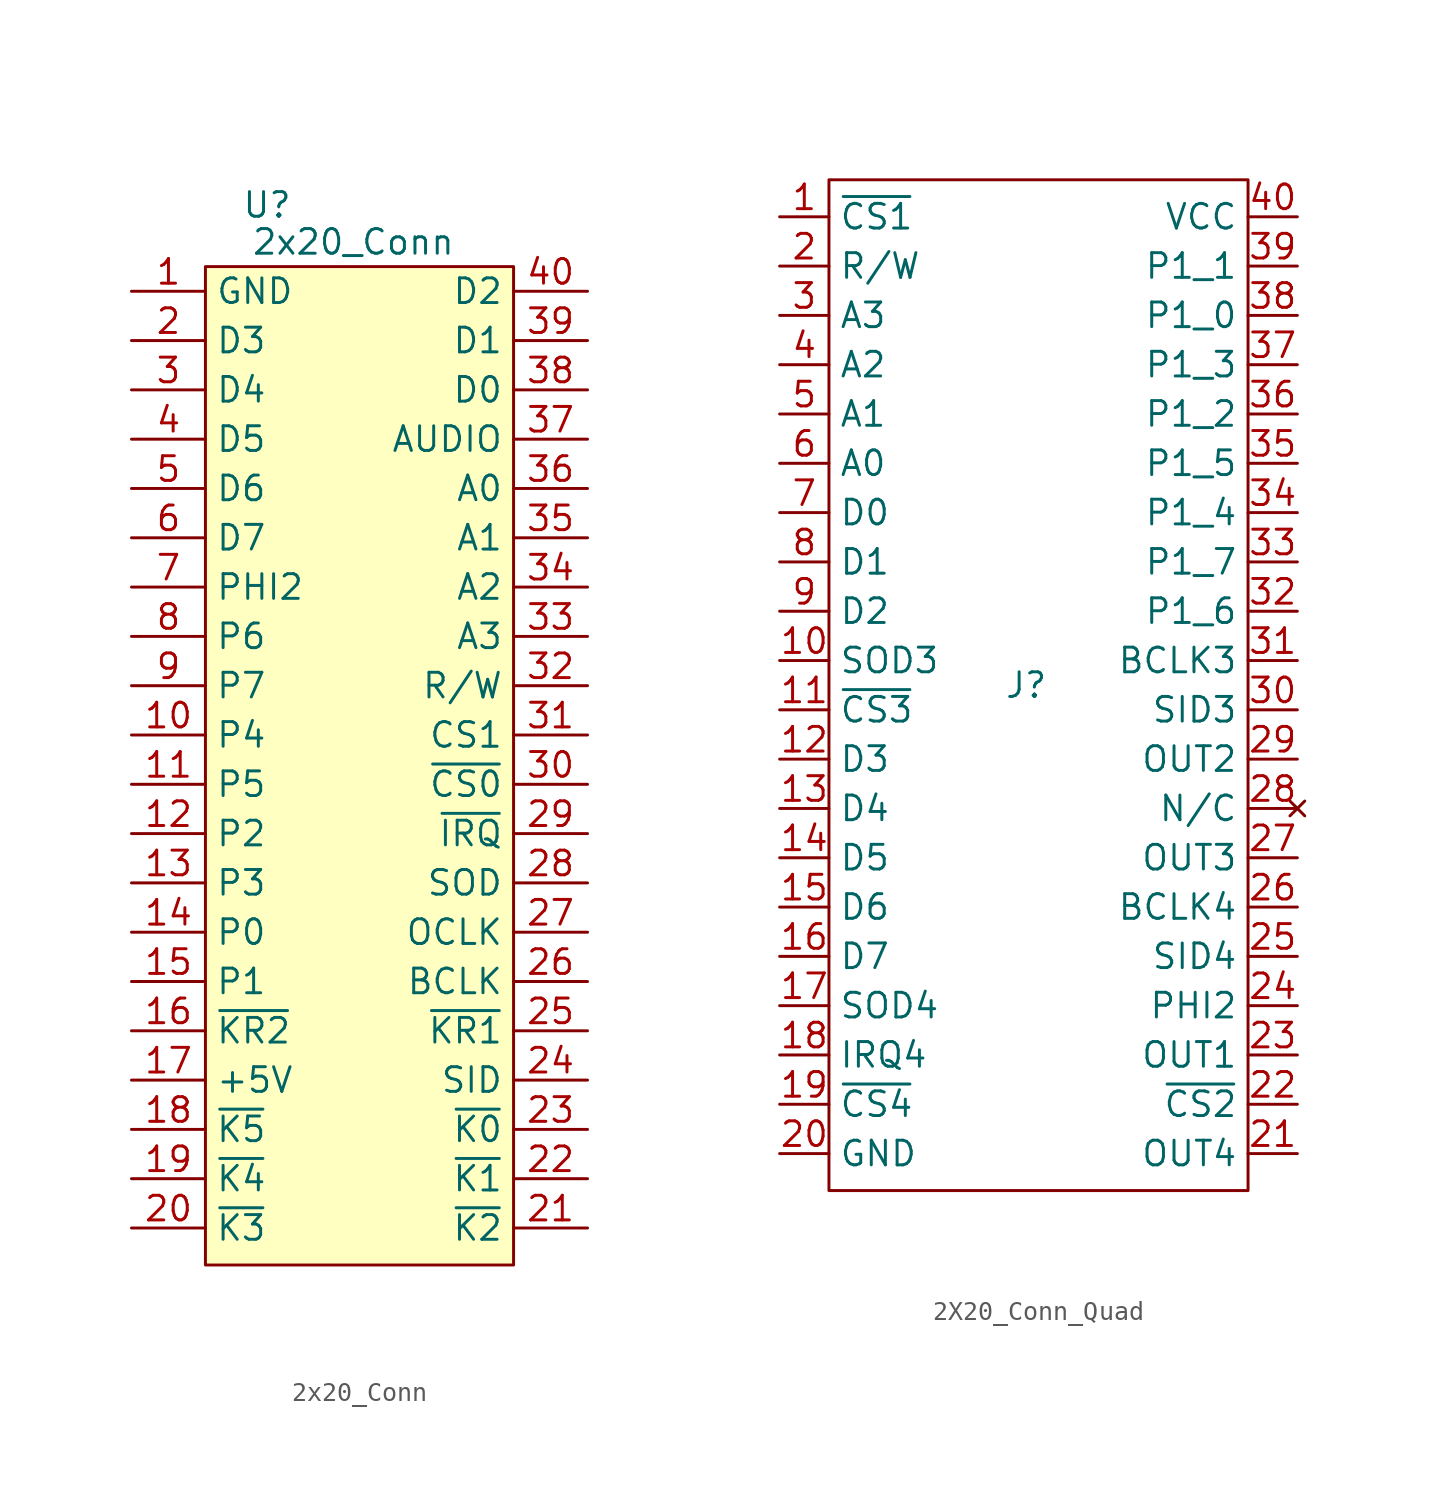
<source format=kicad_sym>
(kicad_symbol_lib
  (version 20220914)
  (generator kicad_symbol_editor)
  (symbol "2x20_Conn"
    (property "Reference" "U"
      (at -5.08 28.575 0)
      (effects (font (size 1.27 1.27))))
    (property "Value" "2x20_Conn"
      (at -0.635 26.67 0)
      (effects (font (size 1.27 1.27))))
    (symbol "2x20_Conn_0_1"
      (rectangle (start -8.255 25.4) (end 7.62 -26.035) (stroke (width 0.152) (type default)) (fill (type background))))
    (symbol "2x20_Conn_1_1"
      (pin passive line (at -12.065 24.13 0) (length 3.81) (name "GND" (effects (font (size 1.27 1.27)))) (number "1" (effects (font (size 1.27 1.27)))))
      (pin passive line (at -12.065 1.27 0) (length 3.81) (name "P4" (effects (font (size 1.27 1.27)))) (number "10" (effects (font (size 1.27 1.27)))))
      (pin passive line (at -12.065 -1.27 0) (length 3.81) (name "P5" (effects (font (size 1.27 1.27)))) (number "11" (effects (font (size 1.27 1.27)))))
      (pin passive line (at -12.065 -3.81 0) (length 3.81) (name "P2" (effects (font (size 1.27 1.27)))) (number "12" (effects (font (size 1.27 1.27)))))
      (pin passive line (at -12.065 -6.35 0) (length 3.81) (name "P3" (effects (font (size 1.27 1.27)))) (number "13" (effects (font (size 1.27 1.27)))))
      (pin passive line (at -12.065 -8.89 0) (length 3.81) (name "P0" (effects (font (size 1.27 1.27)))) (number "14" (effects (font (size 1.27 1.27)))))
      (pin passive line (at -12.065 -11.43 0) (length 3.81) (name "P1" (effects (font (size 1.27 1.27)))) (number "15" (effects (font (size 1.27 1.27)))))
      (pin passive line (at -12.065 -13.97 0) (length 3.81) (name "~{KR2}" (effects (font (size 1.27 1.27)))) (number "16" (effects (font (size 1.27 1.27)))))
      (pin passive line (at -12.065 -16.51 0) (length 3.81) (name "+5V" (effects (font (size 1.27 1.27)))) (number "17" (effects (font (size 1.27 1.27)))))
      (pin passive line (at -12.065 -19.05 0) (length 3.81) (name "~{K5}" (effects (font (size 1.27 1.27)))) (number "18" (effects (font (size 1.27 1.27)))))
      (pin passive line (at -12.065 -21.59 0) (length 3.81) (name "~{K4}" (effects (font (size 1.27 1.27)))) (number "19" (effects (font (size 1.27 1.27)))))
      (pin passive line (at -12.065 21.59 0) (length 3.81) (name "D3" (effects (font (size 1.27 1.27)))) (number "2" (effects (font (size 1.27 1.27)))))
      (pin passive line (at -12.065 -24.13 0) (length 3.81) (name "~{K3}" (effects (font (size 1.27 1.27)))) (number "20" (effects (font (size 1.27 1.27)))))
      (pin passive line (at 11.43 -24.13 180) (length 3.81) (name "~{K2}" (effects (font (size 1.27 1.27)))) (number "21" (effects (font (size 1.27 1.27)))))
      (pin passive line (at 11.43 -21.59 180) (length 3.81) (name "~{K1}" (effects (font (size 1.27 1.27)))) (number "22" (effects (font (size 1.27 1.27)))))
      (pin passive line (at 11.43 -19.05 180) (length 3.81) (name "~{K0}" (effects (font (size 1.27 1.27)))) (number "23" (effects (font (size 1.27 1.27)))))
      (pin passive line (at 11.43 -16.51 180) (length 3.81) (name "SID" (effects (font (size 1.27 1.27)))) (number "24" (effects (font (size 1.27 1.27)))))
      (pin passive line (at 11.43 -13.97 180) (length 3.81) (name "~{KR1}" (effects (font (size 1.27 1.27)))) (number "25" (effects (font (size 1.27 1.27)))))
      (pin passive line (at 11.43 -11.43 180) (length 3.81) (name "BCLK" (effects (font (size 1.27 1.27)))) (number "26" (effects (font (size 1.27 1.27)))))
      (pin passive line (at 11.43 -8.89 180) (length 3.81) (name "OCLK" (effects (font (size 1.27 1.27)))) (number "27" (effects (font (size 1.27 1.27)))))
      (pin passive line (at 11.43 -6.35 180) (length 3.81) (name "SOD" (effects (font (size 1.27 1.27)))) (number "28" (effects (font (size 1.27 1.27)))))
      (pin passive line (at 11.43 -3.81 180) (length 3.81) (name "~{IRQ}" (effects (font (size 1.27 1.27)))) (number "29" (effects (font (size 1.27 1.27)))))
      (pin passive line (at -12.065 19.05 0) (length 3.81) (name "D4" (effects (font (size 1.27 1.27)))) (number "3" (effects (font (size 1.27 1.27)))))
      (pin passive line (at 11.43 -1.27 180) (length 3.81) (name "~{CS0}" (effects (font (size 1.27 1.27)))) (number "30" (effects (font (size 1.27 1.27)))))
      (pin passive line (at 11.43 1.27 180) (length 3.81) (name "CS1" (effects (font (size 1.27 1.27)))) (number "31" (effects (font (size 1.27 1.27)))))
      (pin passive line (at 11.43 3.81 180) (length 3.81) (name "R/W" (effects (font (size 1.27 1.27)))) (number "32" (effects (font (size 1.27 1.27)))))
      (pin passive line (at 11.43 6.35 180) (length 3.81) (name "A3" (effects (font (size 1.27 1.27)))) (number "33" (effects (font (size 1.27 1.27)))))
      (pin passive line (at 11.43 8.89 180) (length 3.81) (name "A2" (effects (font (size 1.27 1.27)))) (number "34" (effects (font (size 1.27 1.27)))))
      (pin passive line (at 11.43 11.43 180) (length 3.81) (name "A1" (effects (font (size 1.27 1.27)))) (number "35" (effects (font (size 1.27 1.27)))))
      (pin passive line (at 11.43 13.97 180) (length 3.81) (name "A0" (effects (font (size 1.27 1.27)))) (number "36" (effects (font (size 1.27 1.27)))))
      (pin passive line (at 11.43 16.51 180) (length 3.81) (name "AUDIO" (effects (font (size 1.27 1.27)))) (number "37" (effects (font (size 1.27 1.27)))))
      (pin passive line (at 11.43 19.05 180) (length 3.81) (name "D0" (effects (font (size 1.27 1.27)))) (number "38" (effects (font (size 1.27 1.27)))))
      (pin passive line (at 11.43 21.59 180) (length 3.81) (name "D1" (effects (font (size 1.27 1.27)))) (number "39" (effects (font (size 1.27 1.27)))))
      (pin passive line (at -12.065 16.51 0) (length 3.81) (name "D5" (effects (font (size 1.27 1.27)))) (number "4" (effects (font (size 1.27 1.27)))))
      (pin passive line (at 11.43 24.13 180) (length 3.81) (name "D2" (effects (font (size 1.27 1.27)))) (number "40" (effects (font (size 1.27 1.27)))))
      (pin passive line (at -12.065 13.97 0) (length 3.81) (name "D6" (effects (font (size 1.27 1.27)))) (number "5" (effects (font (size 1.27 1.27)))))
      (pin passive line (at -12.065 11.43 0) (length 3.81) (name "D7" (effects (font (size 1.27 1.27)))) (number "6" (effects (font (size 1.27 1.27)))))
      (pin passive line (at -12.065 8.89 0) (length 3.81) (name "PHI2" (effects (font (size 1.27 1.27)))) (number "7" (effects (font (size 1.27 1.27)))))
      (pin passive line (at -12.065 6.35 0) (length 3.81) (name "P6" (effects (font (size 1.27 1.27)))) (number "8" (effects (font (size 1.27 1.27)))))
      (pin passive line (at -12.065 3.81 0) (length 3.81) (name "P7" (effects (font (size 1.27 1.27)))) (number "9" (effects (font (size 1.27 1.27)))))))
  (symbol "2X20_Conn_Quad"
    (property "Reference" "J"
      (at 0 0 0)
      (effects (font (size 1.27 1.27))))
    (property "Value" ""
      (at 0 0 0)
      (effects (font (size 1.27 1.27))))
    (symbol "2X20_Conn_Quad_0_1"
      (rectangle (start -10.16 26.035) (end 11.43 -26.035) (stroke (width 0.152) (type default)) (fill (type none))))
    (symbol "2X20_Conn_Quad_1_1"
      (pin output line (at -12.7 24.13 0) (length 2.54) (name "~{CS1}" (effects (font (size 1.27 1.27)))) (number "1" (effects (font (size 1.27 1.27)))))
      (pin input line (at -12.7 1.27 0) (length 2.54) (name "SOD3" (effects (font (size 1.27 1.27)))) (number "10" (effects (font (size 1.27 1.27)))))
      (pin output line (at -12.7 -1.27 0) (length 2.54) (name "~{CS3}" (effects (font (size 1.27 1.27)))) (number "11" (effects (font (size 1.27 1.27)))))
      (pin bidirectional line (at -12.7 -3.81 0) (length 2.54) (name "D3" (effects (font (size 1.27 1.27)))) (number "12" (effects (font (size 1.27 1.27)))))
      (pin bidirectional line (at -12.7 -6.35 0) (length 2.54) (name "D4" (effects (font (size 1.27 1.27)))) (number "13" (effects (font (size 1.27 1.27)))))
      (pin bidirectional line (at -12.7 -8.89 0) (length 2.54) (name "D5" (effects (font (size 1.27 1.27)))) (number "14" (effects (font (size 1.27 1.27)))))
      (pin bidirectional line (at -12.7 -11.43 0) (length 2.54) (name "D6" (effects (font (size 1.27 1.27)))) (number "15" (effects (font (size 1.27 1.27)))))
      (pin bidirectional line (at -12.7 -13.97 0) (length 2.54) (name "D7" (effects (font (size 1.27 1.27)))) (number "16" (effects (font (size 1.27 1.27)))))
      (pin input line (at -12.7 -16.51 0) (length 2.54) (name "SOD4" (effects (font (size 1.27 1.27)))) (number "17" (effects (font (size 1.27 1.27)))))
      (pin input line (at -12.7 -19.05 0) (length 2.54) (name "IRQ4" (effects (font (size 1.27 1.27)))) (number "18" (effects (font (size 1.27 1.27)))))
      (pin output line (at -12.7 -21.59 0) (length 2.54) (name "~{CS4}" (effects (font (size 1.27 1.27)))) (number "19" (effects (font (size 1.27 1.27)))))
      (pin output line (at -12.7 21.59 0) (length 2.54) (name "R/W" (effects (font (size 1.27 1.27)))) (number "2" (effects (font (size 1.27 1.27)))))
      (pin power_out line (at -12.7 -24.13 0) (length 2.54) (name "GND" (effects (font (size 1.27 1.27)))) (number "20" (effects (font (size 1.27 1.27)))))
      (pin input line (at 13.97 -24.13 180) (length 2.54) (name "OUT4" (effects (font (size 1.27 1.27)))) (number "21" (effects (font (size 1.27 1.27)))))
      (pin output line (at 13.97 -21.59 180) (length 2.54) (name "~{CS2}" (effects (font (size 1.27 1.27)))) (number "22" (effects (font (size 1.27 1.27)))))
      (pin input line (at 13.97 -19.05 180) (length 2.54) (name "OUT1" (effects (font (size 1.27 1.27)))) (number "23" (effects (font (size 1.27 1.27)))))
      (pin output line (at 13.97 -16.51 180) (length 2.54) (name "PHI2" (effects (font (size 1.27 1.27)))) (number "24" (effects (font (size 1.27 1.27)))))
      (pin output line (at 13.97 -13.97 180) (length 2.54) (name "SID4" (effects (font (size 1.27 1.27)))) (number "25" (effects (font (size 1.27 1.27)))))
      (pin bidirectional line (at 13.97 -11.43 180) (length 2.54) (name "BCLK4" (effects (font (size 1.27 1.27)))) (number "26" (effects (font (size 1.27 1.27)))))
      (pin input line (at 13.97 -8.89 180) (length 2.54) (name "OUT3" (effects (font (size 1.27 1.27)))) (number "27" (effects (font (size 1.27 1.27)))))
      (pin no_connect line (at 13.97 -6.35 180) (length 2.54) (name "N/C" (effects (font (size 1.27 1.27)))) (number "28" (effects (font (size 1.27 1.27)))))
      (pin input line (at 13.97 -3.81 180) (length 2.54) (name "OUT2" (effects (font (size 1.27 1.27)))) (number "29" (effects (font (size 1.27 1.27)))))
      (pin output line (at -12.7 19.05 0) (length 2.54) (name "A3" (effects (font (size 1.27 1.27)))) (number "3" (effects (font (size 1.27 1.27)))))
      (pin output line (at 13.97 -1.27 180) (length 2.54) (name "SID3" (effects (font (size 1.27 1.27)))) (number "30" (effects (font (size 1.27 1.27)))))
      (pin bidirectional line (at 13.97 1.27 180) (length 2.54) (name "BCLK3" (effects (font (size 1.27 1.27)))) (number "31" (effects (font (size 1.27 1.27)))))
      (pin bidirectional line (at 13.97 3.81 180) (length 2.54) (name "P1_6" (effects (font (size 1.27 1.27)))) (number "32" (effects (font (size 1.27 1.27)))))
      (pin bidirectional line (at 13.97 6.35 180) (length 2.54) (name "P1_7" (effects (font (size 1.27 1.27)))) (number "33" (effects (font (size 1.27 1.27)))))
      (pin bidirectional line (at 13.97 8.89 180) (length 2.54) (name "P1_4" (effects (font (size 1.27 1.27)))) (number "34" (effects (font (size 1.27 1.27)))))
      (pin bidirectional line (at 13.97 11.43 180) (length 2.54) (name "P1_5" (effects (font (size 1.27 1.27)))) (number "35" (effects (font (size 1.27 1.27)))))
      (pin bidirectional line (at 13.97 13.97 180) (length 2.54) (name "P1_2" (effects (font (size 1.27 1.27)))) (number "36" (effects (font (size 1.27 1.27)))))
      (pin bidirectional line (at 13.97 16.51 180) (length 2.54) (name "P1_3" (effects (font (size 1.27 1.27)))) (number "37" (effects (font (size 1.27 1.27)))))
      (pin bidirectional line (at 13.97 19.05 180) (length 2.54) (name "P1_0" (effects (font (size 1.27 1.27)))) (number "38" (effects (font (size 1.27 1.27)))))
      (pin bidirectional line (at 13.97 21.59 180) (length 2.54) (name "P1_1" (effects (font (size 1.27 1.27)))) (number "39" (effects (font (size 1.27 1.27)))))
      (pin output line (at -12.7 16.51 0) (length 2.54) (name "A2" (effects (font (size 1.27 1.27)))) (number "4" (effects (font (size 1.27 1.27)))))
      (pin power_out line (at 13.97 24.13 180) (length 2.54) (name "VCC" (effects (font (size 1.27 1.27)))) (number "40" (effects (font (size 1.27 1.27)))))
      (pin output line (at -12.7 13.97 0) (length 2.54) (name "A1" (effects (font (size 1.27 1.27)))) (number "5" (effects (font (size 1.27 1.27)))))
      (pin output line (at -12.7 11.43 0) (length 2.54) (name "A0" (effects (font (size 1.27 1.27)))) (number "6" (effects (font (size 1.27 1.27)))))
      (pin bidirectional line (at -12.7 8.89 0) (length 2.54) (name "D0" (effects (font (size 1.27 1.27)))) (number "7" (effects (font (size 1.27 1.27)))))
      (pin bidirectional line (at -12.7 6.35 0) (length 2.54) (name "D1" (effects (font (size 1.27 1.27)))) (number "8" (effects (font (size 1.27 1.27)))))
      (pin bidirectional line (at -12.7 3.81 0) (length 2.54) (name "D2" (effects (font (size 1.27 1.27)))) (number "9" (effects (font (size 1.27 1.27))))))))
</source>
